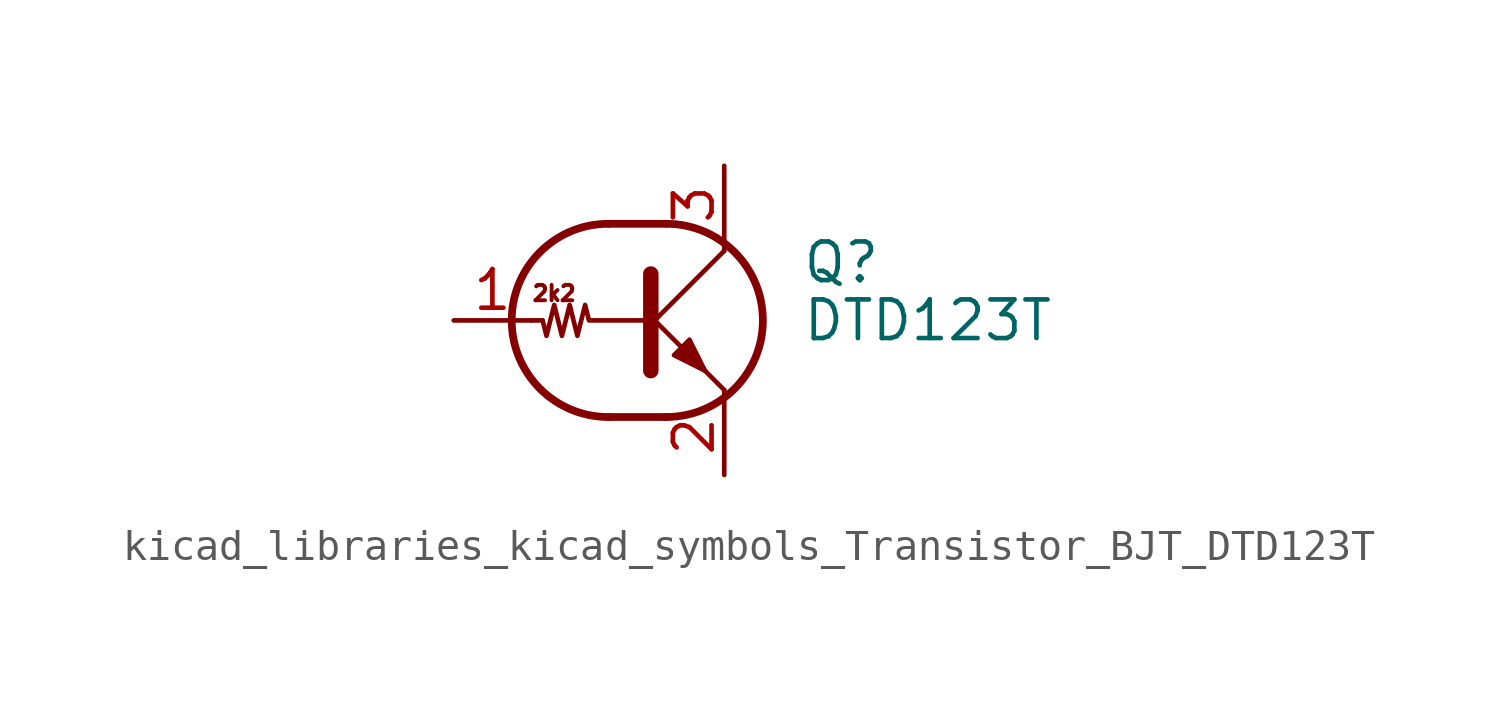
<source format=kicad_sym>
(kicad_symbol_lib
  (version 20220914)
  (generator kicad_symbol_editor)
  (symbol "kicad_libraries_kicad_symbols_Transistor_BJT_DTD123T"
    (pin_names
      (offset 0) hide)
    (property "Reference" "Q"
      (at 5.08 1.905 0)
      (effects (font (size 1.27 1.27)) (justify left)))
    (property "Value" "DTD123T"
      (at 5.08 0 0)
      (effects (font (size 1.27 1.27)) (justify left)))
    (symbol "kicad_libraries_kicad_symbols_Transistor_BJT_DTD123T_0_0"
      (polyline (pts (xy 2.54 -2.286) (xy 2.54 -2.54)) (stroke (width 0) (type default)) (fill (type none)))
      (text "2k2" (at -3.048 0.889 0) (effects (font (size 0.508 0.508)))))
    (symbol "kicad_libraries_kicad_symbols_Transistor_BJT_DTD123T_0_1"
      (arc (start -1.27 3.175) (mid -4.4312 0) (end -1.27 -3.175) (stroke (width 0.254) (type default)) (fill (type none)))
      (polyline (pts (xy -3.429 0) (xy -3.81 0)) (stroke (width 0) (type default)) (fill (type none)))
      (polyline (pts (xy -1.27 -3.175) (xy 0.635 -3.175)) (stroke (width 0.254) (type default)) (fill (type none)))
      (polyline (pts (xy -1.27 3.175) (xy 0.635 3.175)) (stroke (width 0.254) (type default)) (fill (type none)))
      (polyline (pts (xy 0 -0.254) (xy 2.54 2.286)) (stroke (width 0) (type default)) (fill (type none)))
      (polyline (pts (xy 0.127 1.524) (xy 0.127 -1.651)) (stroke (width 0.508) (type default)) (fill (type outline)))
      (polyline (pts (xy 2.54 2.286) (xy 2.54 2.54)) (stroke (width 0) (type default)) (fill (type none)))
      (polyline (pts (xy 2.54 -2.286) (xy 0 0.254) (xy 0 0.254)) (stroke (width 0) (type default)) (fill (type none)))
      (polyline (pts (xy 0.889 -1.143) (xy 1.397 -0.635) (xy 1.905 -1.651) (xy 0.889 -1.143)) (stroke (width 0) (type default)) (fill (type outline)))
      (polyline (pts (xy 0 0) (xy -1.905 0) (xy -2.032 0.508) (xy -2.286 -0.508) (xy -2.54 0.508) (xy -2.794 -0.508) (xy -3.048 0.508) (xy -3.302 -0.508) (xy -3.429 0)) (stroke (width 0) (type default)) (fill (type none)))
      (arc (start 0.635 -3.175) (mid 3.7962 0) (end 0.635 3.175) (stroke (width 0.254) (type default)) (fill (type none))))
    (symbol "kicad_libraries_kicad_symbols_Transistor_BJT_DTD123T_1_1"
      (pin input line (at -6.35 0 0) (length 2.54) (name "B" (effects (font (size 1.27 1.27)))) (number "1" (effects (font (size 1.27 1.27)))))
      (pin passive line (at 2.54 -5.08 90) (length 2.54) (name "E" (effects (font (size 1.27 1.27)))) (number "2" (effects (font (size 1.27 1.27)))))
      (pin passive line (at 2.54 5.08 270) (length 2.54) (name "C" (effects (font (size 1.27 1.27)))) (number "3" (effects (font (size 1.27 1.27))))))))
</source>
